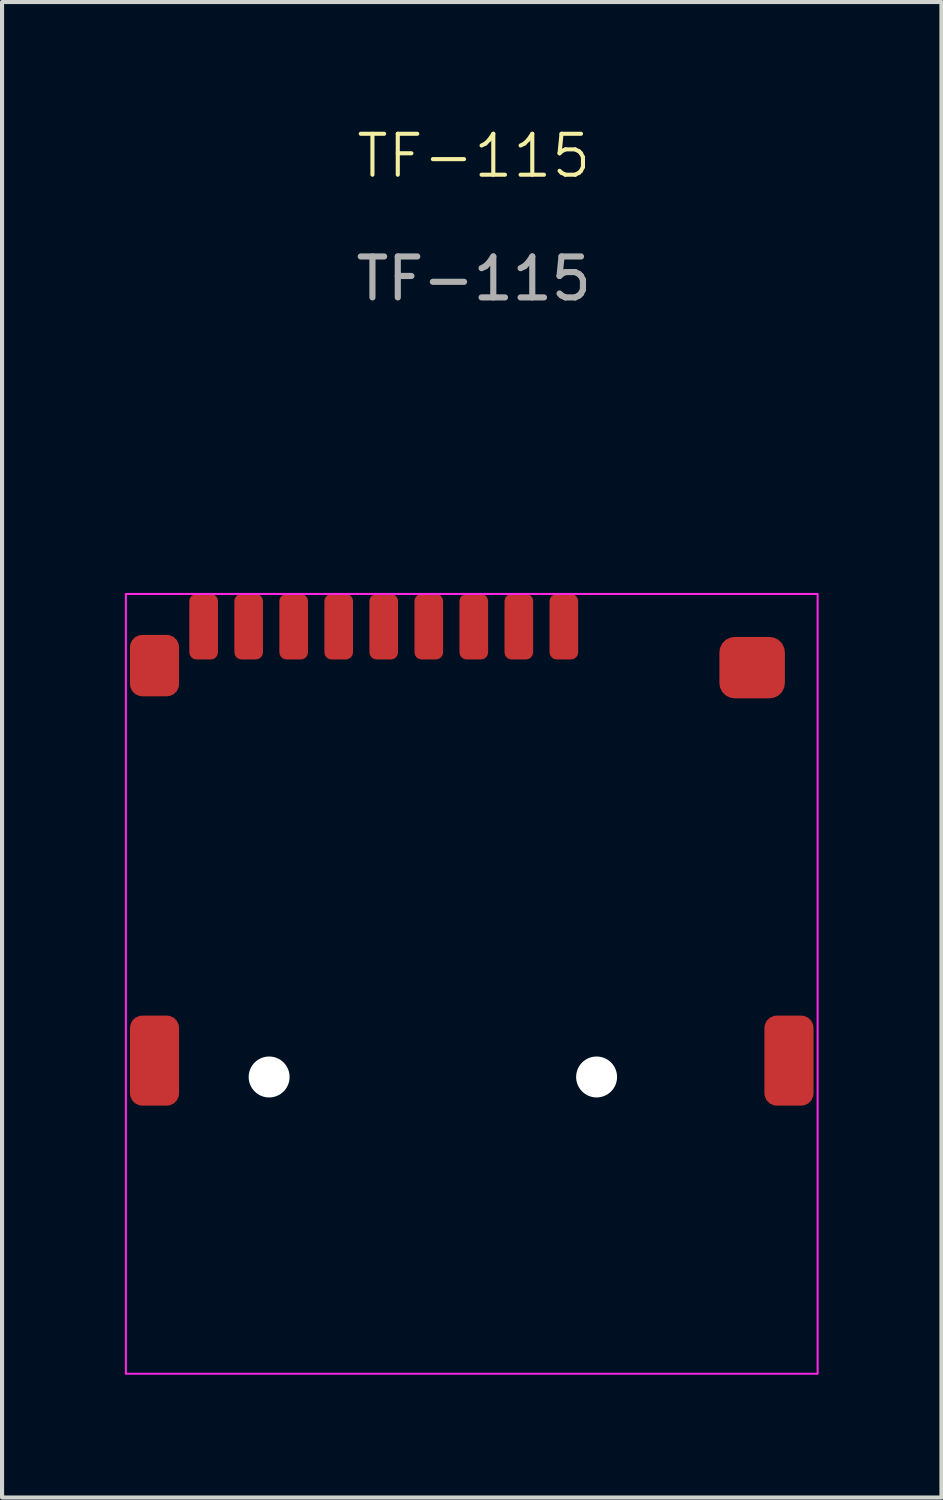
<source format=kicad_pcb>
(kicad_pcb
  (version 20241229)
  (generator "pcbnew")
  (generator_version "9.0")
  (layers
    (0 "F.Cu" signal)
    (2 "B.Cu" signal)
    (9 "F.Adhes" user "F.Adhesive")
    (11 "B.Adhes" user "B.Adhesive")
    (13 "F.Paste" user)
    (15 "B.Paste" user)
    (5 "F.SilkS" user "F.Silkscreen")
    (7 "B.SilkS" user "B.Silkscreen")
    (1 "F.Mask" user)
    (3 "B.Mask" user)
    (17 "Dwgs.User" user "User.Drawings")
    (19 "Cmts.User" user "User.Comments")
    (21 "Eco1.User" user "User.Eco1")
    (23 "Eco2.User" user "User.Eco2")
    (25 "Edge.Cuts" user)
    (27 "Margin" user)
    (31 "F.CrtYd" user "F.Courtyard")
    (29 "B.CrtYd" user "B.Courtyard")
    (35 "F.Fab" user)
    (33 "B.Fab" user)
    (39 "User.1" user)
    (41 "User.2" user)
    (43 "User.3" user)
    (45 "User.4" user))
  (footprint "TF-115"
    (layer "F.Cu")
    (at 8.475 23.261)
    (property "Reference" "TF-115" (at 0.05 -22.5 0) (unlocked yes) (layer "F.SilkS") (effects (font (size 1 1) (thickness 0.1))))
    (attr smd)
    (fp_rect (start -8.45 -11.8) (end 8.45 7.25) (stroke (width 0.05) (type default)) (fill no) (layer "F.CrtYd"))
    (fp_text user "${REFERENCE}" (at 0.05 -19.5 0) (unlocked yes) (layer "F.Fab") (effects (font (size 1 1) (thickness 0.15))))
    (pad "" np_thru_hole circle (at -4.95 0) (size 1 1) (drill 1) (layers "*.Cu" "*.Mask"))
    (pad "" np_thru_hole circle (at 3.05 0) (size 1 1) (drill 1) (layers "*.Cu" "*.Mask"))
    (pad "1" smd roundrect (at 2.25 -11) (size 0.7 1.6) (layers "F.Cu" "F.Mask" "F.Paste") (roundrect_rratio 0.25))
    (pad "2" smd roundrect (at 1.15 -11) (size 0.7 1.6) (layers "F.Cu" "F.Mask" "F.Paste") (roundrect_rratio 0.25))
    (pad "3" smd roundrect (at 0.05 -11) (size 0.7 1.6) (layers "F.Cu" "F.Mask" "F.Paste") (roundrect_rratio 0.25))
    (pad "4" smd roundrect (at -1.05 -11) (size 0.7 1.6) (layers "F.Cu" "F.Mask" "F.Paste") (roundrect_rratio 0.25))
    (pad "5" smd roundrect (at -2.15 -11) (size 0.7 1.6) (layers "F.Cu" "F.Mask" "F.Paste") (roundrect_rratio 0.25))
    (pad "6" smd roundrect (at -3.25 -11) (size 0.7 1.6) (layers "F.Cu" "F.Mask" "F.Paste") (roundrect_rratio 0.25))
    (pad "7" smd roundrect (at -4.35 -11) (size 0.7 1.6) (layers "F.Cu" "F.Mask" "F.Paste") (roundrect_rratio 0.25))
    (pad "8" smd roundrect (at -5.45 -11) (size 0.7 1.6) (layers "F.Cu" "F.Mask" "F.Paste") (roundrect_rratio 0.25))
    (pad "9" smd roundrect (at -6.55 -11) (size 0.7 1.6) (layers "F.Cu" "F.Mask" "F.Paste") (roundrect_rratio 0.25))
    (pad "SH" smd roundrect (at -7.75 -10.05) (size 1.2 1.5) (layers "F.Cu" "F.Mask" "F.Paste") (roundrect_rratio 0.25))
    (pad "SH" smd roundrect (at -7.75 -0.4) (size 1.2 2.2) (layers "F.Cu" "F.Mask" "F.Paste") (roundrect_rratio 0.25))
    (pad "SH" smd roundrect (at 6.85 -10) (size 1.6 1.5) (layers "F.Cu" "F.Mask" "F.Paste") (roundrect_rratio 0.25))
    (pad "SH" smd roundrect (at 7.75 -0.4) (size 1.2 2.2) (layers "F.Cu" "F.Mask" "F.Paste") (roundrect_rratio 0.25)))
  (gr_rect
    (start -3 -3)
    (end 19.95 33.535)
    (stroke (width 0.1) (type default))
    (fill no)
    (layer "Edge.Cuts")))
</source>
